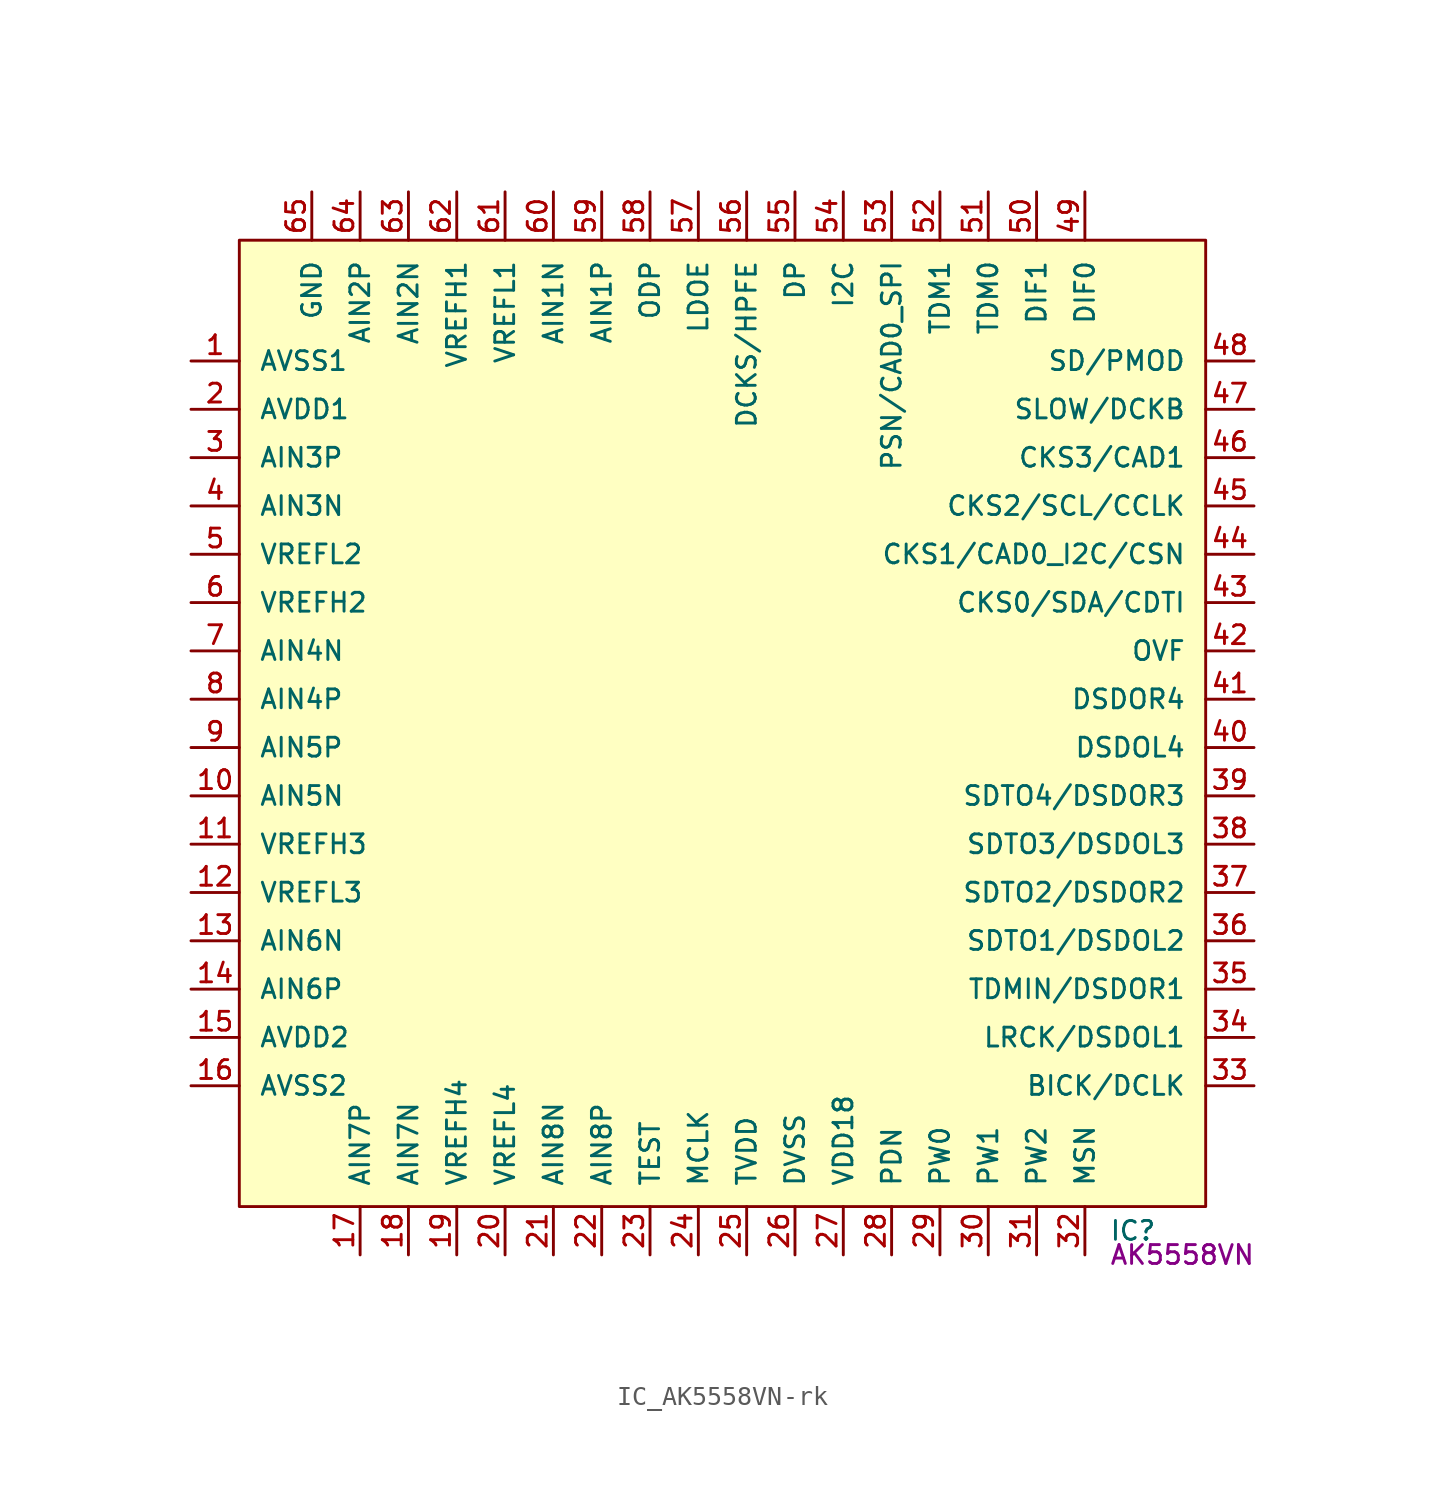
<source format=kicad_sym>
(kicad_symbol_lib
  (version 20211014)
  (generator kicad_symbol_editor)
  (symbol "IC_AK5558VN-rk"
    (pin_names
      (offset 1.016))
    (property "Reference" "IC"
      (at 20.32 -26.67 0)
      (effects (font (size 0.991 0.991)) (justify left)))
    (property "Datasheet" ""
      (at 0 0 0)
      (effects (font (size 1.524 1.524))))
    (property "Value1" "AK5558VN"
      (at 20.32 -27.94 0)
      (effects (font (size 0.991 0.991)) (justify left)))
    (symbol "IC_AK5558VN-rk_0_1"
      (rectangle (start -25.4 25.4) (end 25.4 -25.4) (stroke (width 0) (type default) (color 0 0 0 0)) (fill (type background))))
    (symbol "IC_AK5558VN-rk_1_1"
      (pin input line (at -27.94 19.05 0) (length 2.54) (name "AVSS1" (effects (font (size 0.991 0.991)))) (number "1" (effects (font (size 0.991 0.991)))))
      (pin input line (at -27.94 -3.81 0) (length 2.54) (name "AIN5N" (effects (font (size 0.991 0.991)))) (number "10" (effects (font (size 0.991 0.991)))))
      (pin input line (at -27.94 -6.35 0) (length 2.54) (name "VREFH3" (effects (font (size 0.991 0.991)))) (number "11" (effects (font (size 0.991 0.991)))))
      (pin input line (at -27.94 -8.89 0) (length 2.54) (name "VREFL3" (effects (font (size 0.991 0.991)))) (number "12" (effects (font (size 0.991 0.991)))))
      (pin input line (at -27.94 -11.43 0) (length 2.54) (name "AIN6N" (effects (font (size 0.991 0.991)))) (number "13" (effects (font (size 0.991 0.991)))))
      (pin input line (at -27.94 -13.97 0) (length 2.54) (name "AIN6P" (effects (font (size 0.991 0.991)))) (number "14" (effects (font (size 0.991 0.991)))))
      (pin input line (at -27.94 -16.51 0) (length 2.54) (name "AVDD2" (effects (font (size 0.991 0.991)))) (number "15" (effects (font (size 0.991 0.991)))))
      (pin input line (at -27.94 -19.05 0) (length 2.54) (name "AVSS2" (effects (font (size 0.991 0.991)))) (number "16" (effects (font (size 0.991 0.991)))))
      (pin input line (at -19.05 -27.94 90) (length 2.54) (name "AIN7P" (effects (font (size 0.991 0.991)))) (number "17" (effects (font (size 0.991 0.991)))))
      (pin input line (at -16.51 -27.94 90) (length 2.54) (name "AIN7N" (effects (font (size 0.991 0.991)))) (number "18" (effects (font (size 0.991 0.991)))))
      (pin input line (at -13.97 -27.94 90) (length 2.54) (name "VREFH4" (effects (font (size 0.991 0.991)))) (number "19" (effects (font (size 0.991 0.991)))))
      (pin input line (at -27.94 16.51 0) (length 2.54) (name "AVDD1" (effects (font (size 0.991 0.991)))) (number "2" (effects (font (size 0.991 0.991)))))
      (pin input line (at -11.43 -27.94 90) (length 2.54) (name "VREFL4" (effects (font (size 0.991 0.991)))) (number "20" (effects (font (size 0.991 0.991)))))
      (pin input line (at -8.89 -27.94 90) (length 2.54) (name "AIN8N" (effects (font (size 0.991 0.991)))) (number "21" (effects (font (size 0.991 0.991)))))
      (pin input line (at -6.35 -27.94 90) (length 2.54) (name "AIN8P" (effects (font (size 0.991 0.991)))) (number "22" (effects (font (size 0.991 0.991)))))
      (pin input line (at -3.81 -27.94 90) (length 2.54) (name "TEST" (effects (font (size 0.991 0.991)))) (number "23" (effects (font (size 0.991 0.991)))))
      (pin input line (at -1.27 -27.94 90) (length 2.54) (name "MCLK" (effects (font (size 0.991 0.991)))) (number "24" (effects (font (size 0.991 0.991)))))
      (pin input line (at 1.27 -27.94 90) (length 2.54) (name "TVDD" (effects (font (size 0.991 0.991)))) (number "25" (effects (font (size 0.991 0.991)))))
      (pin input line (at 3.81 -27.94 90) (length 2.54) (name "DVSS" (effects (font (size 0.991 0.991)))) (number "26" (effects (font (size 0.991 0.991)))))
      (pin input line (at 6.35 -27.94 90) (length 2.54) (name "VDD18" (effects (font (size 0.991 0.991)))) (number "27" (effects (font (size 0.991 0.991)))))
      (pin input line (at 8.89 -27.94 90) (length 2.54) (name "PDN" (effects (font (size 0.991 0.991)))) (number "28" (effects (font (size 0.991 0.991)))))
      (pin input line (at 11.43 -27.94 90) (length 2.54) (name "PW0" (effects (font (size 0.991 0.991)))) (number "29" (effects (font (size 0.991 0.991)))))
      (pin input line (at -27.94 13.97 0) (length 2.54) (name "AIN3P" (effects (font (size 0.991 0.991)))) (number "3" (effects (font (size 0.991 0.991)))))
      (pin input line (at 13.97 -27.94 90) (length 2.54) (name "PW1" (effects (font (size 0.991 0.991)))) (number "30" (effects (font (size 0.991 0.991)))))
      (pin input line (at 16.51 -27.94 90) (length 2.54) (name "PW2" (effects (font (size 0.991 0.991)))) (number "31" (effects (font (size 0.991 0.991)))))
      (pin input line (at 19.05 -27.94 90) (length 2.54) (name "MSN" (effects (font (size 0.991 0.991)))) (number "32" (effects (font (size 0.991 0.991)))))
      (pin input line (at 27.94 -19.05 180) (length 2.54) (name "BICK/DCLK" (effects (font (size 0.991 0.991)))) (number "33" (effects (font (size 0.991 0.991)))))
      (pin input line (at 27.94 -16.51 180) (length 2.54) (name "LRCK/DSDOL1" (effects (font (size 0.991 0.991)))) (number "34" (effects (font (size 0.991 0.991)))))
      (pin input line (at 27.94 -13.97 180) (length 2.54) (name "TDMIN/DSDOR1" (effects (font (size 0.991 0.991)))) (number "35" (effects (font (size 0.991 0.991)))))
      (pin input line (at 27.94 -11.43 180) (length 2.54) (name "SDTO1/DSDOL2" (effects (font (size 0.991 0.991)))) (number "36" (effects (font (size 0.991 0.991)))))
      (pin input line (at 27.94 -8.89 180) (length 2.54) (name "SDTO2/DSDOR2" (effects (font (size 0.991 0.991)))) (number "37" (effects (font (size 0.991 0.991)))))
      (pin input line (at 27.94 -6.35 180) (length 2.54) (name "SDTO3/DSDOL3" (effects (font (size 0.991 0.991)))) (number "38" (effects (font (size 0.991 0.991)))))
      (pin input line (at 27.94 -3.81 180) (length 2.54) (name "SDTO4/DSDOR3" (effects (font (size 0.991 0.991)))) (number "39" (effects (font (size 0.991 0.991)))))
      (pin input line (at -27.94 11.43 0) (length 2.54) (name "AIN3N" (effects (font (size 0.991 0.991)))) (number "4" (effects (font (size 0.991 0.991)))))
      (pin input line (at 27.94 -1.27 180) (length 2.54) (name "DSDOL4" (effects (font (size 0.991 0.991)))) (number "40" (effects (font (size 0.991 0.991)))))
      (pin input line (at 27.94 1.27 180) (length 2.54) (name "DSDOR4" (effects (font (size 0.991 0.991)))) (number "41" (effects (font (size 0.991 0.991)))))
      (pin input line (at 27.94 3.81 180) (length 2.54) (name "OVF" (effects (font (size 0.991 0.991)))) (number "42" (effects (font (size 0.991 0.991)))))
      (pin input line (at 27.94 6.35 180) (length 2.54) (name "CKS0/SDA/CDTI" (effects (font (size 0.991 0.991)))) (number "43" (effects (font (size 0.991 0.991)))))
      (pin input line (at 27.94 8.89 180) (length 2.54) (name "CKS1/CAD0_I2C/CSN" (effects (font (size 0.991 0.991)))) (number "44" (effects (font (size 0.991 0.991)))))
      (pin input line (at 27.94 11.43 180) (length 2.54) (name "CKS2/SCL/CCLK" (effects (font (size 0.991 0.991)))) (number "45" (effects (font (size 0.991 0.991)))))
      (pin input line (at 27.94 13.97 180) (length 2.54) (name "CKS3/CAD1" (effects (font (size 0.991 0.991)))) (number "46" (effects (font (size 0.991 0.991)))))
      (pin input line (at 27.94 16.51 180) (length 2.54) (name "SLOW/DCKB" (effects (font (size 0.991 0.991)))) (number "47" (effects (font (size 0.991 0.991)))))
      (pin input line (at 27.94 19.05 180) (length 2.54) (name "SD/PMOD" (effects (font (size 0.991 0.991)))) (number "48" (effects (font (size 0.991 0.991)))))
      (pin input line (at 19.05 27.94 270) (length 2.54) (name "DIF0" (effects (font (size 0.991 0.991)))) (number "49" (effects (font (size 0.991 0.991)))))
      (pin input line (at -27.94 8.89 0) (length 2.54) (name "VREFL2" (effects (font (size 0.991 0.991)))) (number "5" (effects (font (size 0.991 0.991)))))
      (pin input line (at 16.51 27.94 270) (length 2.54) (name "DIF1" (effects (font (size 0.991 0.991)))) (number "50" (effects (font (size 0.991 0.991)))))
      (pin input line (at 13.97 27.94 270) (length 2.54) (name "TDM0" (effects (font (size 0.991 0.991)))) (number "51" (effects (font (size 0.991 0.991)))))
      (pin input line (at 11.43 27.94 270) (length 2.54) (name "TDM1" (effects (font (size 0.991 0.991)))) (number "52" (effects (font (size 0.991 0.991)))))
      (pin input line (at 8.89 27.94 270) (length 2.54) (name "PSN/CAD0_SPI" (effects (font (size 0.991 0.991)))) (number "53" (effects (font (size 0.991 0.991)))))
      (pin input line (at 6.35 27.94 270) (length 2.54) (name "I2C" (effects (font (size 0.991 0.991)))) (number "54" (effects (font (size 0.991 0.991)))))
      (pin input line (at 3.81 27.94 270) (length 2.54) (name "DP" (effects (font (size 0.991 0.991)))) (number "55" (effects (font (size 0.991 0.991)))))
      (pin input line (at 1.27 27.94 270) (length 2.54) (name "DCKS/HPFE" (effects (font (size 0.991 0.991)))) (number "56" (effects (font (size 0.991 0.991)))))
      (pin input line (at -1.27 27.94 270) (length 2.54) (name "LDOE" (effects (font (size 0.991 0.991)))) (number "57" (effects (font (size 0.991 0.991)))))
      (pin input line (at -3.81 27.94 270) (length 2.54) (name "ODP" (effects (font (size 0.991 0.991)))) (number "58" (effects (font (size 0.991 0.991)))))
      (pin input line (at -6.35 27.94 270) (length 2.54) (name "AIN1P" (effects (font (size 0.991 0.991)))) (number "59" (effects (font (size 0.991 0.991)))))
      (pin input line (at -27.94 6.35 0) (length 2.54) (name "VREFH2" (effects (font (size 0.991 0.991)))) (number "6" (effects (font (size 0.991 0.991)))))
      (pin input line (at -8.89 27.94 270) (length 2.54) (name "AIN1N" (effects (font (size 0.991 0.991)))) (number "60" (effects (font (size 0.991 0.991)))))
      (pin input line (at -11.43 27.94 270) (length 2.54) (name "VREFL1" (effects (font (size 0.991 0.991)))) (number "61" (effects (font (size 0.991 0.991)))))
      (pin input line (at -13.97 27.94 270) (length 2.54) (name "VREFH1" (effects (font (size 0.991 0.991)))) (number "62" (effects (font (size 0.991 0.991)))))
      (pin input line (at -16.51 27.94 270) (length 2.54) (name "AIN2N" (effects (font (size 0.991 0.991)))) (number "63" (effects (font (size 0.991 0.991)))))
      (pin input line (at -19.05 27.94 270) (length 2.54) (name "AIN2P" (effects (font (size 0.991 0.991)))) (number "64" (effects (font (size 0.991 0.991)))))
      (pin input line (at -21.59 27.94 270) (length 2.54) (name "GND" (effects (font (size 0.991 0.991)))) (number "65" (effects (font (size 0.991 0.991)))))
      (pin input line (at -27.94 3.81 0) (length 2.54) (name "AIN4N" (effects (font (size 0.991 0.991)))) (number "7" (effects (font (size 0.991 0.991)))))
      (pin input line (at -27.94 1.27 0) (length 2.54) (name "AIN4P" (effects (font (size 0.991 0.991)))) (number "8" (effects (font (size 0.991 0.991)))))
      (pin input line (at -27.94 -1.27 0) (length 2.54) (name "AIN5P" (effects (font (size 0.991 0.991)))) (number "9" (effects (font (size 0.991 0.991))))))))
</source>
